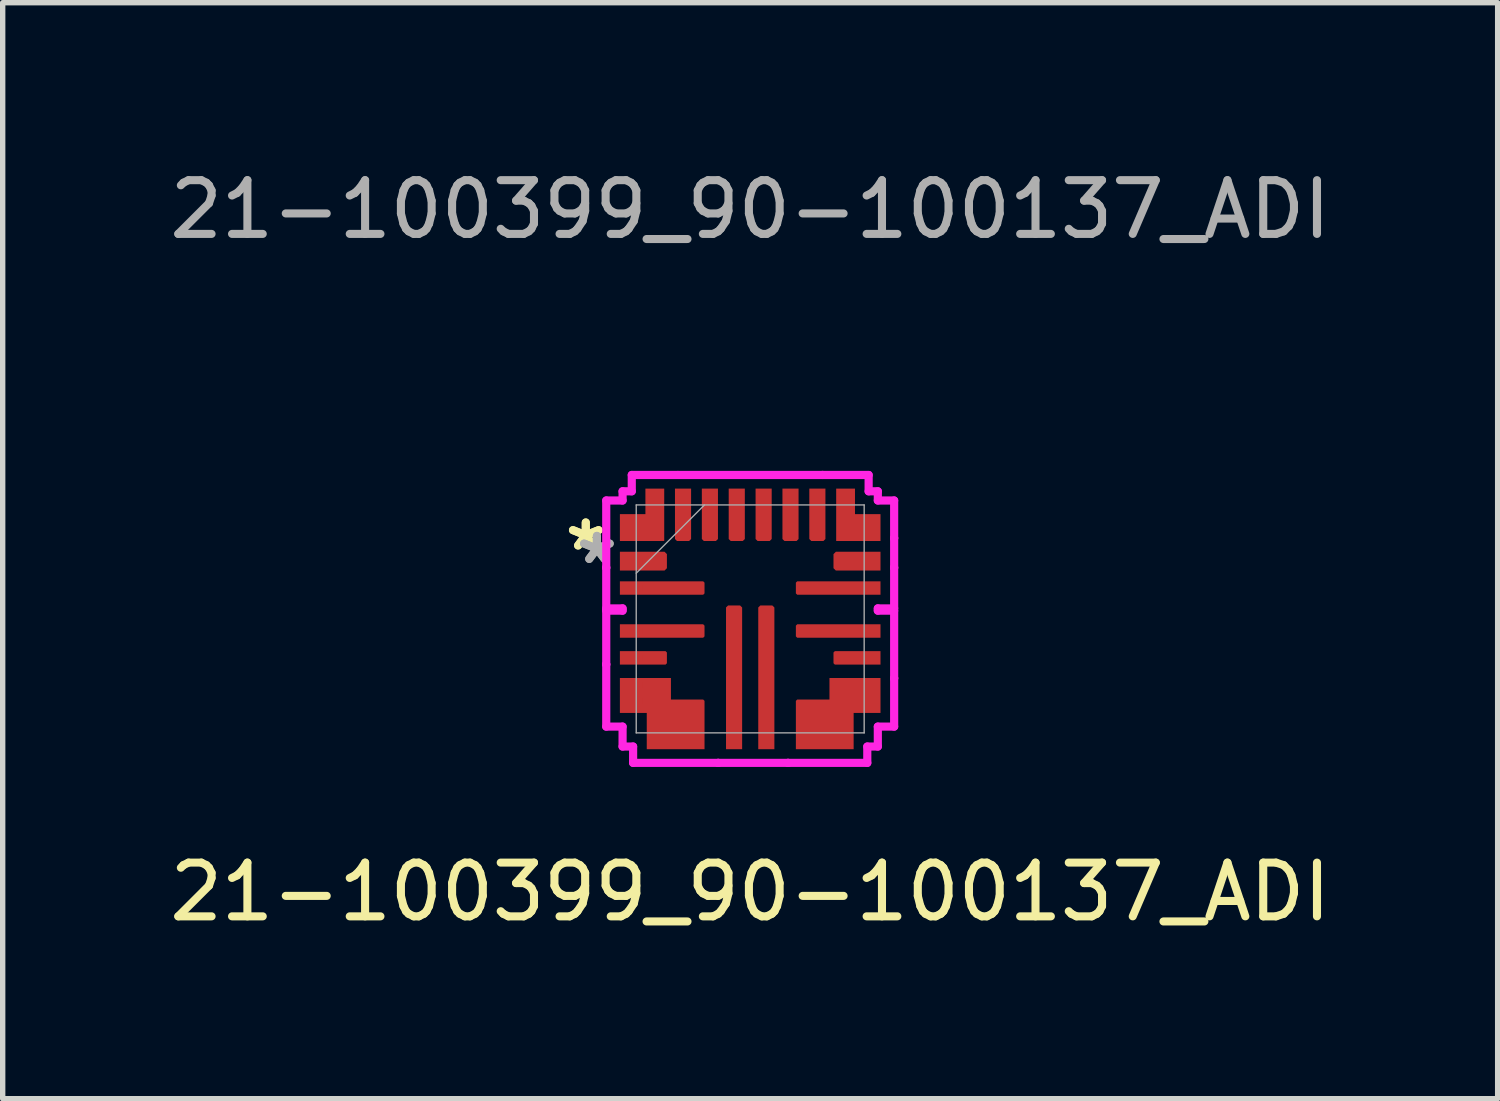
<source format=kicad_pcb>
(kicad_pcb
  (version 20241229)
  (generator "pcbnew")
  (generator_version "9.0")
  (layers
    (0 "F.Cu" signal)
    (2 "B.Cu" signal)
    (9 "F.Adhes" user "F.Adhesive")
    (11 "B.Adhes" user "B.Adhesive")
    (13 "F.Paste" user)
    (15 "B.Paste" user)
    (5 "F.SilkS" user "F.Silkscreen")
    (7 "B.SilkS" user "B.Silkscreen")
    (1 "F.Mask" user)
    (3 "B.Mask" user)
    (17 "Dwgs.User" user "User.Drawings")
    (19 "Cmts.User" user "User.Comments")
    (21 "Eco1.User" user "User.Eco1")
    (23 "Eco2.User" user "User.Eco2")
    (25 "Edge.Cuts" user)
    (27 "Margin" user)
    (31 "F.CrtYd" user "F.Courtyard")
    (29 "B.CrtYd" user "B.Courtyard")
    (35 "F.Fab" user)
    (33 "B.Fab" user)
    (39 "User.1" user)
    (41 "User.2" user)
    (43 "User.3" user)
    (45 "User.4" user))
  (footprint "21-100399_90-100137_ADI"
    (layer "F.Cu")
    (at 10.911 8.468)
    (property "Reference" "21-100399_90-100137_ADI" (at 0 5.08 0) (unlocked yes) (layer "F.SilkS") (effects (font (size 1 1) (thickness 0.15))))
    (attr smd)
    (fp_poly (pts (xy -2.425 -1.25) (xy -2.425 -0.9) (xy -1.594 -0.9) (xy -1.55 -0.944) (xy -1.55 -1.206) (xy -1.594 -1.25)) (stroke (width 0) (type solid)) (fill yes) (layer "F.Cu"))
    (fp_poly (pts (xy -2.425 -0.7) (xy -2.425 -0.45) (xy -0.875 -0.45) (xy -0.85 -0.475) (xy -0.85 -0.675) (xy -0.875 -0.7)) (stroke (width 0) (type solid)) (fill yes) (layer "F.Cu"))
    (fp_poly (pts (xy -2.425 0.1) (xy -2.425 0.35) (xy -0.875 0.35) (xy -0.85 0.325) (xy -0.85 0.125) (xy -0.875 0.1)) (stroke (width 0) (type solid)) (fill yes) (layer "F.Cu"))
    (fp_poly (pts (xy -2.425 0.6) (xy -2.425 0.85) (xy -1.575 0.85) (xy -1.55 0.825) (xy -1.55 0.625) (xy -1.575 0.6)) (stroke (width 0) (type solid)) (fill yes) (layer "F.Cu"))
    (fp_poly (pts (xy -1.95 -2.425) (xy -1.6 -2.425) (xy -1.6 -1.45) (xy -2.425 -1.45) (xy -2.425 -1.95) (xy -1.95 -1.95)) (stroke (width 0) (type solid)) (fill yes) (layer "F.Cu"))
    (fp_poly (pts (xy -1.1 -2.425) (xy -1.4 -2.425) (xy -1.4 -1.487) (xy -1.363 -1.45) (xy -1.137 -1.45) (xy -1.1 -1.487)) (stroke (width 0) (type solid)) (fill yes) (layer "F.Cu"))
    (fp_poly (pts (xy -0.6 -2.425) (xy -0.9 -2.425) (xy -0.9 -1.487) (xy -0.863 -1.45) (xy -0.638 -1.45) (xy -0.6 -1.487)) (stroke (width 0) (type solid)) (fill yes) (layer "F.Cu"))
    (fp_poly (pts (xy -0.45 2.425) (xy -0.15 2.425) (xy -0.15 -0.213) (xy -0.188 -0.25) (xy -0.412 -0.25) (xy -0.45 -0.213)) (stroke (width 0) (type solid)) (fill yes) (layer "F.Cu"))
    (fp_poly (pts (xy -0.1 -2.425) (xy -0.4 -2.425) (xy -0.4 -1.487) (xy -0.362 -1.45) (xy -0.138 -1.45) (xy -0.1 -1.487)) (stroke (width 0) (type solid)) (fill yes) (layer "F.Cu"))
    (fp_poly (pts (xy 0.15 2.425) (xy 0.45 2.425) (xy 0.45 -0.213) (xy 0.412 -0.25) (xy 0.188 -0.25) (xy 0.15 -0.213)) (stroke (width 0) (type solid)) (fill yes) (layer "F.Cu"))
    (fp_poly (pts (xy 0.4 -2.425) (xy 0.1 -2.425) (xy 0.1 -1.487) (xy 0.138 -1.45) (xy 0.362 -1.45) (xy 0.4 -1.487)) (stroke (width 0) (type solid)) (fill yes) (layer "F.Cu"))
    (fp_poly (pts (xy 0.9 -2.425) (xy 0.6 -2.425) (xy 0.6 -1.487) (xy 0.638 -1.45) (xy 0.863 -1.45) (xy 0.9 -1.487)) (stroke (width 0) (type solid)) (fill yes) (layer "F.Cu"))
    (fp_poly (pts (xy 1.4 -2.425) (xy 1.1 -2.425) (xy 1.1 -1.487) (xy 1.137 -1.45) (xy 1.363 -1.45) (xy 1.4 -1.487)) (stroke (width 0) (type solid)) (fill yes) (layer "F.Cu"))
    (fp_poly (pts (xy 1.95 -2.425) (xy 1.6 -2.425) (xy 1.6 -1.45) (xy 2.425 -1.45) (xy 2.425 -1.95) (xy 1.95 -1.95)) (stroke (width 0) (type solid)) (fill yes) (layer "F.Cu"))
    (fp_poly (pts (xy 2.425 -1.25) (xy 2.425 -0.9) (xy 1.594 -0.9) (xy 1.55 -0.944) (xy 1.55 -1.206) (xy 1.594 -1.25)) (stroke (width 0) (type solid)) (fill yes) (layer "F.Cu"))
    (fp_poly (pts (xy 2.425 -0.7) (xy 2.425 -0.45) (xy 0.875 -0.45) (xy 0.85 -0.475) (xy 0.85 -0.675) (xy 0.875 -0.7)) (stroke (width 0) (type solid)) (fill yes) (layer "F.Cu"))
    (fp_poly (pts (xy 2.425 0.1) (xy 2.425 0.35) (xy 0.875 0.35) (xy 0.85 0.325) (xy 0.85 0.125) (xy 0.875 0.1)) (stroke (width 0) (type solid)) (fill yes) (layer "F.Cu"))
    (fp_poly (pts (xy 2.425 0.6) (xy 2.425 0.85) (xy 1.575 0.85) (xy 1.55 0.825) (xy 1.55 0.625) (xy 1.575 0.6)) (stroke (width 0) (type solid)) (fill yes) (layer "F.Cu"))
    (fp_poly (pts (xy -2.425 1.1) (xy -2.425 1.75) (xy -1.925 1.75) (xy -1.925 2.425) (xy -0.85 2.425) (xy -0.85 1.525) (xy -0.875 1.5) (xy -1.475 1.5) (xy -1.475 1.1)) (stroke (width 0) (type solid)) (fill yes) (layer "F.Cu"))
    (fp_poly (pts (xy 2.425 1.1) (xy 2.425 1.75) (xy 1.925 1.75) (xy 1.925 2.425) (xy 0.85 2.425) (xy 0.85 1.525) (xy 0.875 1.5) (xy 1.475 1.5) (xy 1.475 1.1)) (stroke (width 0) (type solid)) (fill yes) (layer "F.Cu"))
    (fp_poly (pts (xy -2.425 -1.25) (xy -2.425 -0.9) (xy -1.594 -0.9) (xy -1.55 -0.944) (xy -1.55 -1.206) (xy -1.594 -1.25)) (stroke (width 0) (type solid)) (fill yes) (layer "F.Mask"))
    (fp_poly (pts (xy -2.425 -0.7) (xy -2.425 -0.45) (xy -0.875 -0.45) (xy -0.85 -0.475) (xy -0.85 -0.675) (xy -0.875 -0.7)) (stroke (width 0) (type solid)) (fill yes) (layer "F.Mask"))
    (fp_poly (pts (xy -2.425 0.1) (xy -2.425 0.35) (xy -0.875 0.35) (xy -0.85 0.325) (xy -0.85 0.125) (xy -0.875 0.1)) (stroke (width 0) (type solid)) (fill yes) (layer "F.Mask"))
    (fp_poly (pts (xy -2.425 0.6) (xy -2.425 0.85) (xy -1.575 0.85) (xy -1.55 0.825) (xy -1.55 0.625) (xy -1.575 0.6)) (stroke (width 0) (type solid)) (fill yes) (layer "F.Mask"))
    (fp_poly (pts (xy -1.95 -2.425) (xy -1.6 -2.425) (xy -1.6 -1.45) (xy -2.425 -1.45) (xy -2.425 -1.95) (xy -1.95 -1.95)) (stroke (width 0) (type solid)) (fill yes) (layer "F.Mask"))
    (fp_poly (pts (xy -1.1 -2.425) (xy -1.4 -2.425) (xy -1.4 -1.487) (xy -1.363 -1.45) (xy -1.137 -1.45) (xy -1.1 -1.487)) (stroke (width 0) (type solid)) (fill yes) (layer "F.Mask"))
    (fp_poly (pts (xy -0.6 -2.425) (xy -0.9 -2.425) (xy -0.9 -1.487) (xy -0.863 -1.45) (xy -0.638 -1.45) (xy -0.6 -1.487)) (stroke (width 0) (type solid)) (fill yes) (layer "F.Mask"))
    (fp_poly (pts (xy -0.45 2.425) (xy -0.15 2.425) (xy -0.15 -0.213) (xy -0.188 -0.25) (xy -0.412 -0.25) (xy -0.45 -0.213)) (stroke (width 0) (type solid)) (fill yes) (layer "F.Mask"))
    (fp_poly (pts (xy -0.1 -2.425) (xy -0.4 -2.425) (xy -0.4 -1.487) (xy -0.362 -1.45) (xy -0.138 -1.45) (xy -0.1 -1.487)) (stroke (width 0) (type solid)) (fill yes) (layer "F.Mask"))
    (fp_poly (pts (xy 0.15 2.425) (xy 0.45 2.425) (xy 0.45 -0.213) (xy 0.412 -0.25) (xy 0.188 -0.25) (xy 0.15 -0.213)) (stroke (width 0) (type solid)) (fill yes) (layer "F.Mask"))
    (fp_poly (pts (xy 0.4 -2.425) (xy 0.1 -2.425) (xy 0.1 -1.487) (xy 0.138 -1.45) (xy 0.362 -1.45) (xy 0.4 -1.487)) (stroke (width 0) (type solid)) (fill yes) (layer "F.Mask"))
    (fp_poly (pts (xy 0.9 -2.425) (xy 0.6 -2.425) (xy 0.6 -1.487) (xy 0.638 -1.45) (xy 0.863 -1.45) (xy 0.9 -1.487)) (stroke (width 0) (type solid)) (fill yes) (layer "F.Mask"))
    (fp_poly (pts (xy 1.4 -2.425) (xy 1.1 -2.425) (xy 1.1 -1.487) (xy 1.137 -1.45) (xy 1.363 -1.45) (xy 1.4 -1.487)) (stroke (width 0) (type solid)) (fill yes) (layer "F.Mask"))
    (fp_poly (pts (xy 1.95 -2.425) (xy 1.6 -2.425) (xy 1.6 -1.45) (xy 2.425 -1.45) (xy 2.425 -1.95) (xy 1.95 -1.95)) (stroke (width 0) (type solid)) (fill yes) (layer "F.Mask"))
    (fp_poly (pts (xy 2.425 -1.25) (xy 2.425 -0.9) (xy 1.594 -0.9) (xy 1.55 -0.944) (xy 1.55 -1.206) (xy 1.594 -1.25)) (stroke (width 0) (type solid)) (fill yes) (layer "F.Mask"))
    (fp_poly (pts (xy 2.425 -0.7) (xy 2.425 -0.45) (xy 0.875 -0.45) (xy 0.85 -0.475) (xy 0.85 -0.675) (xy 0.875 -0.7)) (stroke (width 0) (type solid)) (fill yes) (layer "F.Mask"))
    (fp_poly (pts (xy 2.425 0.1) (xy 2.425 0.35) (xy 0.875 0.35) (xy 0.85 0.325) (xy 0.85 0.125) (xy 0.875 0.1)) (stroke (width 0) (type solid)) (fill yes) (layer "F.Mask"))
    (fp_poly (pts (xy 2.425 0.6) (xy 2.425 0.85) (xy 1.575 0.85) (xy 1.55 0.825) (xy 1.55 0.625) (xy 1.575 0.6)) (stroke (width 0) (type solid)) (fill yes) (layer "F.Mask"))
    (fp_poly (pts (xy -2.425 1.1) (xy -2.425 1.75) (xy -1.925 1.75) (xy -1.925 2.425) (xy -0.85 2.425) (xy -0.85 1.525) (xy -0.875 1.5) (xy -1.475 1.5) (xy -1.475 1.1)) (stroke (width 0) (type solid)) (fill yes) (layer "F.Mask"))
    (fp_poly (pts (xy 2.425 1.1) (xy 2.425 1.75) (xy 1.925 1.75) (xy 1.925 2.425) (xy 0.85 2.425) (xy 0.85 1.525) (xy 0.875 1.5) (xy 1.475 1.5) (xy 1.475 1.1)) (stroke (width 0) (type solid)) (fill yes) (layer "F.Mask"))
    (fp_poly (pts (xy -2.425 -1.25) (xy -2.425 -0.9) (xy -1.594 -0.9) (xy -1.55 -0.944) (xy -1.55 -1.206) (xy -1.594 -1.25)) (stroke (width 0) (type solid)) (fill yes) (layer "F.Paste"))
    (fp_poly (pts (xy -2.425 -0.7) (xy -2.425 -0.45) (xy -0.875 -0.45) (xy -0.85 -0.475) (xy -0.85 -0.675) (xy -0.875 -0.7)) (stroke (width 0) (type solid)) (fill yes) (layer "F.Paste"))
    (fp_poly (pts (xy -2.425 0.1) (xy -2.425 0.35) (xy -0.875 0.35) (xy -0.85 0.325) (xy -0.85 0.125) (xy -0.875 0.1)) (stroke (width 0) (type solid)) (fill yes) (layer "F.Paste"))
    (fp_poly (pts (xy -2.425 0.6) (xy -2.425 0.85) (xy -1.575 0.85) (xy -1.55 0.825) (xy -1.55 0.625) (xy -1.575 0.6)) (stroke (width 0) (type solid)) (fill yes) (layer "F.Paste"))
    (fp_poly (pts (xy -1.95 -2.425) (xy -1.6 -2.425) (xy -1.6 -1.45) (xy -2.425 -1.45) (xy -2.425 -1.95) (xy -1.95 -1.95)) (stroke (width 0) (type solid)) (fill yes) (layer "F.Paste"))
    (fp_poly (pts (xy -1.1 -2.425) (xy -1.4 -2.425) (xy -1.4 -1.487) (xy -1.363 -1.45) (xy -1.137 -1.45) (xy -1.1 -1.487)) (stroke (width 0) (type solid)) (fill yes) (layer "F.Paste"))
    (fp_poly (pts (xy -0.6 -2.425) (xy -0.9 -2.425) (xy -0.9 -1.487) (xy -0.863 -1.45) (xy -0.638 -1.45) (xy -0.6 -1.487)) (stroke (width 0) (type solid)) (fill yes) (layer "F.Paste"))
    (fp_poly (pts (xy -0.45 2.425) (xy -0.15 2.425) (xy -0.15 -0.213) (xy -0.188 -0.25) (xy -0.412 -0.25) (xy -0.45 -0.213)) (stroke (width 0) (type solid)) (fill yes) (layer "F.Paste"))
    (fp_poly (pts (xy -0.1 -2.425) (xy -0.4 -2.425) (xy -0.4 -1.487) (xy -0.362 -1.45) (xy -0.138 -1.45) (xy -0.1 -1.487)) (stroke (width 0) (type solid)) (fill yes) (layer "F.Paste"))
    (fp_poly (pts (xy 0.15 2.425) (xy 0.45 2.425) (xy 0.45 -0.213) (xy 0.412 -0.25) (xy 0.188 -0.25) (xy 0.15 -0.213)) (stroke (width 0) (type solid)) (fill yes) (layer "F.Paste"))
    (fp_poly (pts (xy 0.4 -2.425) (xy 0.1 -2.425) (xy 0.1 -1.487) (xy 0.138 -1.45) (xy 0.362 -1.45) (xy 0.4 -1.487)) (stroke (width 0) (type solid)) (fill yes) (layer "F.Paste"))
    (fp_poly (pts (xy 0.9 -2.425) (xy 0.6 -2.425) (xy 0.6 -1.487) (xy 0.638 -1.45) (xy 0.863 -1.45) (xy 0.9 -1.487)) (stroke (width 0) (type solid)) (fill yes) (layer "F.Paste"))
    (fp_poly (pts (xy 1.4 -2.425) (xy 1.1 -2.425) (xy 1.1 -1.487) (xy 1.137 -1.45) (xy 1.363 -1.45) (xy 1.4 -1.487)) (stroke (width 0) (type solid)) (fill yes) (layer "F.Paste"))
    (fp_poly (pts (xy 1.95 -2.425) (xy 1.6 -2.425) (xy 1.6 -1.45) (xy 2.425 -1.45) (xy 2.425 -1.95) (xy 1.95 -1.95)) (stroke (width 0) (type solid)) (fill yes) (layer "F.Paste"))
    (fp_poly (pts (xy 2.425 -1.25) (xy 2.425 -0.9) (xy 1.594 -0.9) (xy 1.55 -0.944) (xy 1.55 -1.206) (xy 1.594 -1.25)) (stroke (width 0) (type solid)) (fill yes) (layer "F.Paste"))
    (fp_poly (pts (xy 2.425 -0.7) (xy 2.425 -0.45) (xy 0.875 -0.45) (xy 0.85 -0.475) (xy 0.85 -0.675) (xy 0.875 -0.7)) (stroke (width 0) (type solid)) (fill yes) (layer "F.Paste"))
    (fp_poly (pts (xy 2.425 0.1) (xy 2.425 0.35) (xy 0.875 0.35) (xy 0.85 0.325) (xy 0.85 0.125) (xy 0.875 0.1)) (stroke (width 0) (type solid)) (fill yes) (layer "F.Paste"))
    (fp_poly (pts (xy 2.425 0.6) (xy 2.425 0.85) (xy 1.575 0.85) (xy 1.55 0.825) (xy 1.55 0.625) (xy 1.575 0.6)) (stroke (width 0) (type solid)) (fill yes) (layer "F.Paste"))
    (fp_poly (pts (xy -2.425 1.1) (xy -2.425 1.75) (xy -1.925 1.75) (xy -1.925 2.425) (xy -0.85 2.425) (xy -0.85 1.525) (xy -0.875 1.5) (xy -1.475 1.5) (xy -1.475 1.1)) (stroke (width 0) (type solid)) (fill yes) (layer "F.Paste"))
    (fp_poly (pts (xy 2.425 1.1) (xy 2.425 1.75) (xy 1.925 1.75) (xy 1.925 2.425) (xy 0.85 2.425) (xy 0.85 1.525) (xy 0.875 1.5) (xy 1.475 1.5) (xy 1.475 1.1)) (stroke (width 0) (type solid)) (fill yes) (layer "F.Paste"))
    (fp_line (start -2.679 -2.204) (end -2.679 -0.954) (stroke (width 0.152) (type solid)) (layer "F.CrtYd"))
    (fp_line (start -2.679 -0.954) (end -2.679 -0.954) (stroke (width 0.152) (type solid)) (layer "F.CrtYd"))
    (fp_line (start -2.679 0.846) (end -2.679 2.004) (stroke (width 0.152) (type solid)) (layer "F.CrtYd"))
    (fp_line (start -2.679 2.004) (end -2.375 2.004) (stroke (width 0.152) (type solid)) (layer "F.CrtYd"))
    (fp_line (start -2.679 -0.954) (end -2.679 -0.196) (stroke (width 0.152) (type solid)) (layer "F.CrtYd"))
    (fp_line (start -2.679 -0.196) (end -2.375 -0.196) (stroke (width 0.152) (type solid)) (layer "F.CrtYd"))
    (fp_line (start -2.679 -0.154) (end -2.679 0.846) (stroke (width 0.152) (type solid)) (layer "F.CrtYd"))
    (fp_line (start -2.679 0.846) (end -2.679 0.846) (stroke (width 0.152) (type solid)) (layer "F.CrtYd"))
    (fp_line (start -2.375 -2.375) (end -2.375 -2.204) (stroke (width 0.152) (type solid)) (layer "F.CrtYd"))
    (fp_line (start -2.375 -2.204) (end -2.679 -2.204) (stroke (width 0.152) (type solid)) (layer "F.CrtYd"))
    (fp_line (start -2.375 -0.196) (end -2.375 -0.154) (stroke (width 0.152) (type solid)) (layer "F.CrtYd"))
    (fp_line (start -2.375 -0.154) (end -2.679 -0.154) (stroke (width 0.152) (type solid)) (layer "F.CrtYd"))
    (fp_line (start -2.375 2.004) (end -2.375 2.375) (stroke (width 0.152) (type solid)) (layer "F.CrtYd"))
    (fp_line (start -2.375 2.375) (end -2.179 2.375) (stroke (width 0.152) (type solid)) (layer "F.CrtYd"))
    (fp_line (start -2.204 -2.679) (end -2.204 -2.375) (stroke (width 0.152) (type solid)) (layer "F.CrtYd"))
    (fp_line (start -2.204 -2.375) (end -2.375 -2.375) (stroke (width 0.152) (type solid)) (layer "F.CrtYd"))
    (fp_line (start -2.179 2.375) (end -2.179 2.679) (stroke (width 0.152) (type solid)) (layer "F.CrtYd"))
    (fp_line (start -2.179 2.679) (end -0.596 2.679) (stroke (width 0.152) (type solid)) (layer "F.CrtYd"))
    (fp_line (start -1.346 -2.679) (end -2.204 -2.679) (stroke (width 0.152) (type solid)) (layer "F.CrtYd"))
    (fp_line (start -0.596 2.679) (end 0.704 2.679) (stroke (width 0.152) (type solid)) (layer "F.CrtYd"))
    (fp_line (start -0.596 2.679) (end -0.596 2.679) (stroke (width 0.152) (type solid)) (layer "F.CrtYd"))
    (fp_line (start 0.704 2.679) (end 0.704 2.679) (stroke (width 0.152) (type solid)) (layer "F.CrtYd"))
    (fp_line (start 0.704 2.679) (end 2.179 2.679) (stroke (width 0.152) (type solid)) (layer "F.CrtYd"))
    (fp_line (start 1.346 -2.679) (end -1.346 -2.679) (stroke (width 0.152) (type solid)) (layer "F.CrtYd"))
    (fp_line (start 1.346 -2.679) (end 1.346 -2.679) (stroke (width 0.152) (type solid)) (layer "F.CrtYd"))
    (fp_line (start 2.179 2.375) (end 2.375 2.375) (stroke (width 0.152) (type solid)) (layer "F.CrtYd"))
    (fp_line (start 2.179 2.679) (end 2.179 2.375) (stroke (width 0.152) (type solid)) (layer "F.CrtYd"))
    (fp_line (start 2.204 -2.679) (end 1.346 -2.679) (stroke (width 0.152) (type solid)) (layer "F.CrtYd"))
    (fp_line (start 2.204 -2.375) (end 2.204 -2.679) (stroke (width 0.152) (type solid)) (layer "F.CrtYd"))
    (fp_line (start 2.375 -2.375) (end 2.204 -2.375) (stroke (width 0.152) (type solid)) (layer "F.CrtYd"))
    (fp_line (start 2.375 -2.204) (end 2.375 -2.375) (stroke (width 0.152) (type solid)) (layer "F.CrtYd"))
    (fp_line (start 2.375 -0.196) (end 2.679 -0.196) (stroke (width 0.152) (type solid)) (layer "F.CrtYd"))
    (fp_line (start 2.375 -0.154) (end 2.375 -0.196) (stroke (width 0.152) (type solid)) (layer "F.CrtYd"))
    (fp_line (start 2.375 2.004) (end 2.679 2.004) (stroke (width 0.152) (type solid)) (layer "F.CrtYd"))
    (fp_line (start 2.375 2.375) (end 2.375 2.004) (stroke (width 0.152) (type solid)) (layer "F.CrtYd"))
    (fp_line (start 2.679 -2.204) (end 2.375 -2.204) (stroke (width 0.152) (type solid)) (layer "F.CrtYd"))
    (fp_line (start 2.679 -1.504) (end 2.679 -2.204) (stroke (width 0.152) (type solid)) (layer "F.CrtYd"))
    (fp_line (start 2.679 -1.504) (end 2.679 -1.504) (stroke (width 0.152) (type solid)) (layer "F.CrtYd"))
    (fp_line (start 2.679 -0.954) (end 2.679 -1.504) (stroke (width 0.152) (type solid)) (layer "F.CrtYd"))
    (fp_line (start 2.679 1.104) (end 2.679 1.104) (stroke (width 0.152) (type solid)) (layer "F.CrtYd"))
    (fp_line (start 2.679 2.004) (end 2.679 1.104) (stroke (width 0.152) (type solid)) (layer "F.CrtYd"))
    (fp_line (start 2.679 -0.954) (end 2.679 -0.954) (stroke (width 0.152) (type solid)) (layer "F.CrtYd"))
    (fp_line (start 2.679 -0.196) (end 2.679 -0.954) (stroke (width 0.152) (type solid)) (layer "F.CrtYd"))
    (fp_line (start 2.679 -0.154) (end 2.375 -0.154) (stroke (width 0.152) (type solid)) (layer "F.CrtYd"))
    (fp_line (start 2.679 1.104) (end 2.679 -0.154) (stroke (width 0.152) (type solid)) (layer "F.CrtYd"))
    (fp_line (start -2.121 -2.121) (end -2.121 2.121) (stroke (width 0.025) (type solid)) (layer "F.Fab"))
    (fp_line (start -2.121 -0.851) (end -0.851 -2.121) (stroke (width 0.025) (type solid)) (layer "F.Fab"))
    (fp_line (start -2.121 2.121) (end 2.121 2.121) (stroke (width 0.025) (type solid)) (layer "F.Fab"))
    (fp_line (start 2.121 -2.121) (end -2.121 -2.121) (stroke (width 0.025) (type solid)) (layer "F.Fab"))
    (fp_line (start 2.121 2.121) (end 2.121 -2.121) (stroke (width 0.025) (type solid)) (layer "F.Fab"))
    (fp_text user "*" (at -3.06 -1.25 0) (unlocked yes) (layer "F.SilkS") (effects (font (size 1 1) (thickness 0.15))))
    (fp_text user "*" (at -3.06 -1.25 0) (layer "F.SilkS") (effects (font (size 1 1) (thickness 0.15))))
    (fp_text user "*" (at -2.853 -1 0) (layer "F.Fab") (effects (font (size 1 1) (thickness 0.15))))
    (fp_text user "*" (at -2.853 -1 0) (unlocked yes) (layer "F.Fab") (effects (font (size 1 1) (thickness 0.15))))
    (fp_text user "${REFERENCE}" (at 0 -7.62 0) (unlocked yes) (layer "F.Fab") (effects (font (size 1 1) (thickness 0.15))))
    (pad "1" smd rect (at -1.937 -1.075) (size 0.127 0.127) (layers "F.Cu" "F.Mask" "F.Paste"))
    (pad "2" smd rect (at -1.937 -0.575) (size 0.127 0.127) (layers "F.Cu" "F.Mask" "F.Paste"))
    (pad "3" smd rect (at -1.937 0.225) (size 0.127 0.127) (layers "F.Cu" "F.Mask" "F.Paste"))
    (pad "4" smd rect (at -1.937 0.725) (size 0.127 0.127) (layers "F.Cu" "F.Mask" "F.Paste"))
    (pad "5" smd rect (at -1.937 1.225) (size 0.127 0.127) (layers "F.Cu" "F.Mask" "F.Paste"))
    (pad "6" smd rect (at -1.937 1.525) (size 0.127 0.127) (layers "F.Cu" "F.Mask" "F.Paste"))
    (pad "7" smd rect (at -0.3 1.937 90) (size 0.127 0.127) (layers "F.Cu" "F.Mask" "F.Paste"))
    (pad "8" smd rect (at 0.3 1.937 90) (size 0.127 0.127) (layers "F.Cu" "F.Mask" "F.Paste"))
    (pad "9" smd rect (at 1.937 1.525) (size 0.127 0.127) (layers "F.Cu" "F.Mask" "F.Paste"))
    (pad "10" smd rect (at 1.937 1.225) (size 0.127 0.127) (layers "F.Cu" "F.Mask" "F.Paste"))
    (pad "11" smd rect (at 1.937 0.725) (size 0.127 0.127) (layers "F.Cu" "F.Mask" "F.Paste"))
    (pad "12" smd rect (at 1.937 0.225) (size 0.127 0.127) (layers "F.Cu" "F.Mask" "F.Paste"))
    (pad "13" smd rect (at 1.937 -0.575) (size 0.127 0.127) (layers "F.Cu" "F.Mask" "F.Paste"))
    (pad "14" smd rect (at 1.937 -1.075) (size 0.127 0.127) (layers "F.Cu" "F.Mask" "F.Paste"))
    (pad "15" smd rect (at 1.75 -1.937 90) (size 0.127 0.127) (layers "F.Cu" "F.Mask" "F.Paste"))
    (pad "16" smd rect (at 1.25 -1.937 90) (size 0.127 0.127) (layers "F.Cu" "F.Mask" "F.Paste"))
    (pad "17" smd rect (at 0.75 -1.937 90) (size 0.127 0.127) (layers "F.Cu" "F.Mask" "F.Paste"))
    (pad "18" smd rect (at 0.25 -1.937 90) (size 0.127 0.127) (layers "F.Cu" "F.Mask" "F.Paste"))
    (pad "19" smd rect (at -0.25 -1.937 90) (size 0.127 0.127) (layers "F.Cu" "F.Mask" "F.Paste"))
    (pad "20" smd rect (at -0.75 -1.937 90) (size 0.127 0.127) (layers "F.Cu" "F.Mask" "F.Paste"))
    (pad "21" smd rect (at -1.25 -1.937 90) (size 0.127 0.127) (layers "F.Cu" "F.Mask" "F.Paste"))
    (pad "22" smd rect (at -1.75 -1.937 90) (size 0.127 0.127) (layers "F.Cu" "F.Mask" "F.Paste")))
  (gr_rect
    (start -3 -3)
    (end 24.821 17.396)
    (stroke (width 0.1) (type default))
    (fill no)
    (layer "Edge.Cuts")))
</source>
